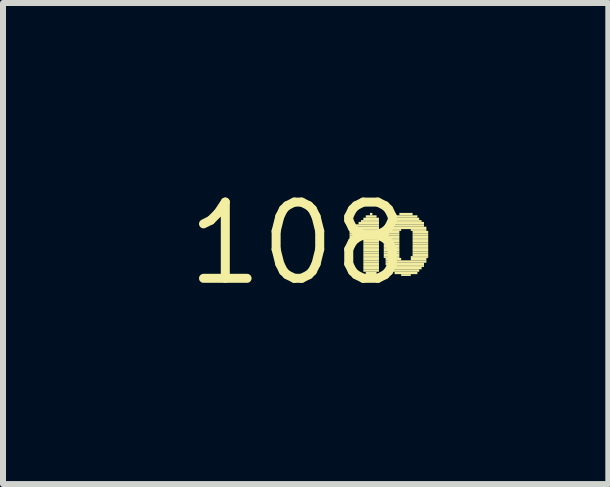
<source format=kicad_pcb>
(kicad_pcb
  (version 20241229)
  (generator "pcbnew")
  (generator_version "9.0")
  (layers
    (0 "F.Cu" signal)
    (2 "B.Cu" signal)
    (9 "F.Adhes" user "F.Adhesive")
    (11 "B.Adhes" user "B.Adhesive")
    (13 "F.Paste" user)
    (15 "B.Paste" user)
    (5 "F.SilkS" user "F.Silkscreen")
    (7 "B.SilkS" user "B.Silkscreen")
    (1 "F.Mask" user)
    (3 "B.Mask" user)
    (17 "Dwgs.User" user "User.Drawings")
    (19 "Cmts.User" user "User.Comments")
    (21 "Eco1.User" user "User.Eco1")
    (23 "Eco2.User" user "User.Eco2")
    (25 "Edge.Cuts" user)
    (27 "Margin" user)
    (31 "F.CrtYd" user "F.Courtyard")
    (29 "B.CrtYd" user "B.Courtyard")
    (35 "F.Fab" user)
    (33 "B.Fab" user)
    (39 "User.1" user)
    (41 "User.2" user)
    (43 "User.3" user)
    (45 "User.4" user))
  (footprint "108"
    (layer "F.Cu")
    (at 1.912 1.006)
    (property "Reference" "108" (at 0 0 0) (layer "F.SilkS") (effects (font (size 1.27 1.27) (thickness 0.15))))
    (fp_poly (pts (xy 0.86 -0.21) (xy 1.35 -0.21) (xy 1.35 -0.24) (xy 0.86 -0.24)) (stroke (width 0) (type default)) (fill yes) (layer "F.SilkS"))
    (fp_poly (pts (xy 0.86 -0.17) (xy 1.35 -0.17) (xy 1.35 -0.21) (xy 0.86 -0.21)) (stroke (width 0) (type default)) (fill yes) (layer "F.SilkS"))
    (fp_poly (pts (xy 0.86 -0.13) (xy 1.35 -0.13) (xy 1.35 -0.17) (xy 0.86 -0.17)) (stroke (width 0) (type default)) (fill yes) (layer "F.SilkS"))
    (fp_poly (pts (xy 0.86 -0.09) (xy 1.35 -0.09) (xy 1.35 -0.13) (xy 0.86 -0.13)) (stroke (width 0) (type default)) (fill yes) (layer "F.SilkS"))
    (fp_poly (pts (xy 0.9 -0.24) (xy 1.35 -0.24) (xy 1.35 -0.28) (xy 0.9 -0.28)) (stroke (width 0) (type default)) (fill yes) (layer "F.SilkS"))
    (fp_poly (pts (xy 0.9 -0.06) (xy 1.35 -0.06) (xy 1.35 -0.09) (xy 0.9 -0.09)) (stroke (width 0) (type default)) (fill yes) (layer "F.SilkS"))
    (fp_poly (pts (xy 0.97 -0.28) (xy 1.35 -0.28) (xy 1.35 -0.32) (xy 0.97 -0.32)) (stroke (width 0) (type default)) (fill yes) (layer "F.SilkS"))
    (fp_poly (pts (xy 0.97 -0.02) (xy 1.01 -0.02) (xy 1.01 -0.06) (xy 0.97 -0.06)) (stroke (width 0) (type default)) (fill yes) (layer "F.SilkS"))
    (fp_poly (pts (xy 1.01 -0.32) (xy 1.35 -0.32) (xy 1.35 -0.36) (xy 1.01 -0.36)) (stroke (width 0) (type default)) (fill yes) (layer "F.SilkS"))
    (fp_poly (pts (xy 1.05 -0.36) (xy 1.35 -0.36) (xy 1.35 -0.39) (xy 1.05 -0.39)) (stroke (width 0) (type default)) (fill yes) (layer "F.SilkS"))
    (fp_poly (pts (xy 1.09 -0.39) (xy 1.35 -0.39) (xy 1.35 -0.43) (xy 1.09 -0.43)) (stroke (width 0) (type default)) (fill yes) (layer "F.SilkS"))
    (fp_poly (pts (xy 1.09 -0.02) (xy 1.35 -0.02) (xy 1.35 -0.06) (xy 1.09 -0.06)) (stroke (width 0) (type default)) (fill yes) (layer "F.SilkS"))
    (fp_poly (pts (xy 1.09 0.02) (xy 1.35 0.02) (xy 1.35 -0.02) (xy 1.09 -0.02)) (stroke (width 0) (type default)) (fill yes) (layer "F.SilkS"))
    (fp_poly (pts (xy 1.09 0.06) (xy 1.35 0.06) (xy 1.35 0.02) (xy 1.09 0.02)) (stroke (width 0) (type default)) (fill yes) (layer "F.SilkS"))
    (fp_poly (pts (xy 1.09 0.09) (xy 1.35 0.09) (xy 1.35 0.06) (xy 1.09 0.06)) (stroke (width 0) (type default)) (fill yes) (layer "F.SilkS"))
    (fp_poly (pts (xy 1.09 0.13) (xy 1.35 0.13) (xy 1.35 0.09) (xy 1.09 0.09)) (stroke (width 0) (type default)) (fill yes) (layer "F.SilkS"))
    (fp_poly (pts (xy 1.09 0.17) (xy 1.35 0.17) (xy 1.35 0.13) (xy 1.09 0.13)) (stroke (width 0) (type default)) (fill yes) (layer "F.SilkS"))
    (fp_poly (pts (xy 1.09 0.21) (xy 1.35 0.21) (xy 1.35 0.17) (xy 1.09 0.17)) (stroke (width 0) (type default)) (fill yes) (layer "F.SilkS"))
    (fp_poly (pts (xy 1.09 0.24) (xy 1.35 0.24) (xy 1.35 0.21) (xy 1.09 0.21)) (stroke (width 0) (type default)) (fill yes) (layer "F.SilkS"))
    (fp_poly (pts (xy 1.09 0.28) (xy 1.35 0.28) (xy 1.35 0.24) (xy 1.09 0.24)) (stroke (width 0) (type default)) (fill yes) (layer "F.SilkS"))
    (fp_poly (pts (xy 1.09 0.32) (xy 1.35 0.32) (xy 1.35 0.28) (xy 1.09 0.28)) (stroke (width 0) (type default)) (fill yes) (layer "F.SilkS"))
    (fp_poly (pts (xy 1.09 0.36) (xy 1.35 0.36) (xy 1.35 0.32) (xy 1.09 0.32)) (stroke (width 0) (type default)) (fill yes) (layer "F.SilkS"))
    (fp_poly (pts (xy 1.09 0.39) (xy 1.35 0.39) (xy 1.35 0.36) (xy 1.09 0.36)) (stroke (width 0) (type default)) (fill yes) (layer "F.SilkS"))
    (fp_poly (pts (xy 1.09 0.43) (xy 1.35 0.43) (xy 1.35 0.39) (xy 1.09 0.39)) (stroke (width 0) (type default)) (fill yes) (layer "F.SilkS"))
    (fp_poly (pts (xy 1.09 0.47) (xy 1.35 0.47) (xy 1.35 0.43) (xy 1.09 0.43)) (stroke (width 0) (type default)) (fill yes) (layer "F.SilkS"))
    (fp_poly (pts (xy 1.13 -0.43) (xy 1.31 -0.43) (xy 1.31 -0.47) (xy 1.13 -0.47)) (stroke (width 0) (type default)) (fill yes) (layer "F.SilkS"))
    (fp_poly (pts (xy 1.13 0.51) (xy 1.31 0.51) (xy 1.31 0.47) (xy 1.13 0.47)) (stroke (width 0) (type default)) (fill yes) (layer "F.SilkS"))
    (fp_poly (pts (xy 1.2 -0.47) (xy 1.24 -0.47) (xy 1.24 -0.51) (xy 1.2 -0.51)) (stroke (width 0) (type default)) (fill yes) (layer "F.SilkS"))
    (fp_poly (pts (xy 1.43 -0.17) (xy 1.69 -0.17) (xy 1.69 -0.21) (xy 1.43 -0.21)) (stroke (width 0) (type default)) (fill yes) (layer "F.SilkS"))
    (fp_poly (pts (xy 1.43 -0.13) (xy 1.69 -0.13) (xy 1.69 -0.17) (xy 1.43 -0.17)) (stroke (width 0) (type default)) (fill yes) (layer "F.SilkS"))
    (fp_poly (pts (xy 1.43 -0.09) (xy 1.69 -0.09) (xy 1.69 -0.13) (xy 1.43 -0.13)) (stroke (width 0) (type default)) (fill yes) (layer "F.SilkS"))
    (fp_poly (pts (xy 1.43 -0.06) (xy 1.69 -0.06) (xy 1.69 -0.09) (xy 1.43 -0.09)) (stroke (width 0) (type default)) (fill yes) (layer "F.SilkS"))
    (fp_poly (pts (xy 1.43 -0.02) (xy 1.69 -0.02) (xy 1.69 -0.06) (xy 1.43 -0.06)) (stroke (width 0) (type default)) (fill yes) (layer "F.SilkS"))
    (fp_poly (pts (xy 1.43 0.02) (xy 1.69 0.02) (xy 1.69 -0.02) (xy 1.43 -0.02)) (stroke (width 0) (type default)) (fill yes) (layer "F.SilkS"))
    (fp_poly (pts (xy 1.43 0.06) (xy 1.69 0.06) (xy 1.69 0.02) (xy 1.43 0.02)) (stroke (width 0) (type default)) (fill yes) (layer "F.SilkS"))
    (fp_poly (pts (xy 1.43 0.09) (xy 1.69 0.09) (xy 1.69 0.06) (xy 1.43 0.06)) (stroke (width 0) (type default)) (fill yes) (layer "F.SilkS"))
    (fp_poly (pts (xy 1.43 0.13) (xy 1.69 0.13) (xy 1.69 0.09) (xy 1.43 0.09)) (stroke (width 0) (type default)) (fill yes) (layer "F.SilkS"))
    (fp_poly (pts (xy 1.43 0.17) (xy 1.69 0.17) (xy 1.69 0.13) (xy 1.43 0.13)) (stroke (width 0) (type default)) (fill yes) (layer "F.SilkS"))
    (fp_poly (pts (xy 1.43 0.21) (xy 1.69 0.21) (xy 1.69 0.17) (xy 1.43 0.17)) (stroke (width 0) (type default)) (fill yes) (layer "F.SilkS"))
    (fp_poly (pts (xy 1.43 0.24) (xy 1.69 0.24) (xy 1.69 0.21) (xy 1.43 0.21)) (stroke (width 0) (type default)) (fill yes) (layer "F.SilkS"))
    (fp_poly (pts (xy 1.46 -0.28) (xy 2.1 -0.28) (xy 2.1 -0.32) (xy 1.46 -0.32)) (stroke (width 0) (type default)) (fill yes) (layer "F.SilkS"))
    (fp_poly (pts (xy 1.46 -0.24) (xy 2.14 -0.24) (xy 2.14 -0.28) (xy 1.46 -0.28)) (stroke (width 0) (type default)) (fill yes) (layer "F.SilkS"))
    (fp_poly (pts (xy 1.46 -0.21) (xy 1.72 -0.21) (xy 1.72 -0.24) (xy 1.46 -0.24)) (stroke (width 0) (type default)) (fill yes) (layer "F.SilkS"))
    (fp_poly (pts (xy 1.46 0.28) (xy 1.72 0.28) (xy 1.72 0.24) (xy 1.46 0.24)) (stroke (width 0) (type default)) (fill yes) (layer "F.SilkS"))
    (fp_poly (pts (xy 1.46 0.32) (xy 2.14 0.32) (xy 2.14 0.28) (xy 1.46 0.28)) (stroke (width 0) (type default)) (fill yes) (layer "F.SilkS"))
    (fp_poly (pts (xy 1.46 0.36) (xy 2.1 0.36) (xy 2.1 0.32) (xy 1.46 0.32)) (stroke (width 0) (type default)) (fill yes) (layer "F.SilkS"))
    (fp_poly (pts (xy 1.5 -0.32) (xy 2.1 -0.32) (xy 2.1 -0.36) (xy 1.5 -0.36)) (stroke (width 0) (type default)) (fill yes) (layer "F.SilkS"))
    (fp_poly (pts (xy 1.5 0.39) (xy 2.1 0.39) (xy 2.1 0.36) (xy 1.5 0.36)) (stroke (width 0) (type default)) (fill yes) (layer "F.SilkS"))
    (fp_poly (pts (xy 1.54 -0.39) (xy 2.02 -0.39) (xy 2.02 -0.43) (xy 1.54 -0.43)) (stroke (width 0) (type default)) (fill yes) (layer "F.SilkS"))
    (fp_poly (pts (xy 1.54 -0.36) (xy 2.06 -0.36) (xy 2.06 -0.39) (xy 1.54 -0.39)) (stroke (width 0) (type default)) (fill yes) (layer "F.SilkS"))
    (fp_poly (pts (xy 1.54 0.43) (xy 2.06 0.43) (xy 2.06 0.39) (xy 1.54 0.39)) (stroke (width 0) (type default)) (fill yes) (layer "F.SilkS"))
    (fp_poly (pts (xy 1.57 0.47) (xy 2.02 0.47) (xy 2.02 0.43) (xy 1.57 0.43)) (stroke (width 0) (type default)) (fill yes) (layer "F.SilkS"))
    (fp_poly (pts (xy 1.61 -0.43) (xy 1.99 -0.43) (xy 1.99 -0.47) (xy 1.61 -0.47)) (stroke (width 0) (type default)) (fill yes) (layer "F.SilkS"))
    (fp_poly (pts (xy 1.61 0.51) (xy 1.99 0.51) (xy 1.99 0.47) (xy 1.61 0.47)) (stroke (width 0) (type default)) (fill yes) (layer "F.SilkS"))
    (fp_poly (pts (xy 1.69 -0.47) (xy 1.91 -0.47) (xy 1.91 -0.51) (xy 1.69 -0.51)) (stroke (width 0) (type default)) (fill yes) (layer "F.SilkS"))
    (fp_poly (pts (xy 1.72 0.54) (xy 1.88 0.54) (xy 1.88 0.51) (xy 1.72 0.51)) (stroke (width 0) (type default)) (fill yes) (layer "F.SilkS"))
    (fp_poly (pts (xy 1.88 -0.21) (xy 2.14 -0.21) (xy 2.14 -0.24) (xy 1.88 -0.24)) (stroke (width 0) (type default)) (fill yes) (layer "F.SilkS"))
    (fp_poly (pts (xy 1.88 0.24) (xy 2.17 0.24) (xy 2.17 0.21) (xy 1.88 0.21)) (stroke (width 0) (type default)) (fill yes) (layer "F.SilkS"))
    (fp_poly (pts (xy 1.88 0.28) (xy 2.14 0.28) (xy 2.14 0.24) (xy 1.88 0.24)) (stroke (width 0) (type default)) (fill yes) (layer "F.SilkS"))
    (fp_poly (pts (xy 1.91 -0.17) (xy 2.17 -0.17) (xy 2.17 -0.21) (xy 1.91 -0.21)) (stroke (width 0) (type default)) (fill yes) (layer "F.SilkS"))
    (fp_poly (pts (xy 1.91 -0.13) (xy 2.17 -0.13) (xy 2.17 -0.17) (xy 1.91 -0.17)) (stroke (width 0) (type default)) (fill yes) (layer "F.SilkS"))
    (fp_poly (pts (xy 1.91 -0.09) (xy 2.17 -0.09) (xy 2.17 -0.13) (xy 1.91 -0.13)) (stroke (width 0) (type default)) (fill yes) (layer "F.SilkS"))
    (fp_poly (pts (xy 1.91 -0.06) (xy 2.17 -0.06) (xy 2.17 -0.09) (xy 1.91 -0.09)) (stroke (width 0) (type default)) (fill yes) (layer "F.SilkS"))
    (fp_poly (pts (xy 1.91 -0.02) (xy 2.17 -0.02) (xy 2.17 -0.06) (xy 1.91 -0.06)) (stroke (width 0) (type default)) (fill yes) (layer "F.SilkS"))
    (fp_poly (pts (xy 1.91 0.02) (xy 2.17 0.02) (xy 2.17 -0.02) (xy 1.91 -0.02)) (stroke (width 0) (type default)) (fill yes) (layer "F.SilkS"))
    (fp_poly (pts (xy 1.91 0.06) (xy 2.17 0.06) (xy 2.17 0.02) (xy 1.91 0.02)) (stroke (width 0) (type default)) (fill yes) (layer "F.SilkS"))
    (fp_poly (pts (xy 1.91 0.09) (xy 2.17 0.09) (xy 2.17 0.06) (xy 1.91 0.06)) (stroke (width 0) (type default)) (fill yes) (layer "F.SilkS"))
    (fp_poly (pts (xy 1.91 0.13) (xy 2.17 0.13) (xy 2.17 0.09) (xy 1.91 0.09)) (stroke (width 0) (type default)) (fill yes) (layer "F.SilkS"))
    (fp_poly (pts (xy 1.91 0.17) (xy 2.17 0.17) (xy 2.17 0.13) (xy 1.91 0.13)) (stroke (width 0) (type default)) (fill yes) (layer "F.SilkS"))
    (fp_poly (pts (xy 1.91 0.21) (xy 2.17 0.21) (xy 2.17 0.17) (xy 1.91 0.17)) (stroke (width 0) (type default)) (fill yes) (layer "F.SilkS")))
  (gr_rect
    (start -3 -3)
    (end 7.082 5.012)
    (stroke (width 0.1) (type default))
    (fill no)
    (layer "Edge.Cuts")))
</source>
